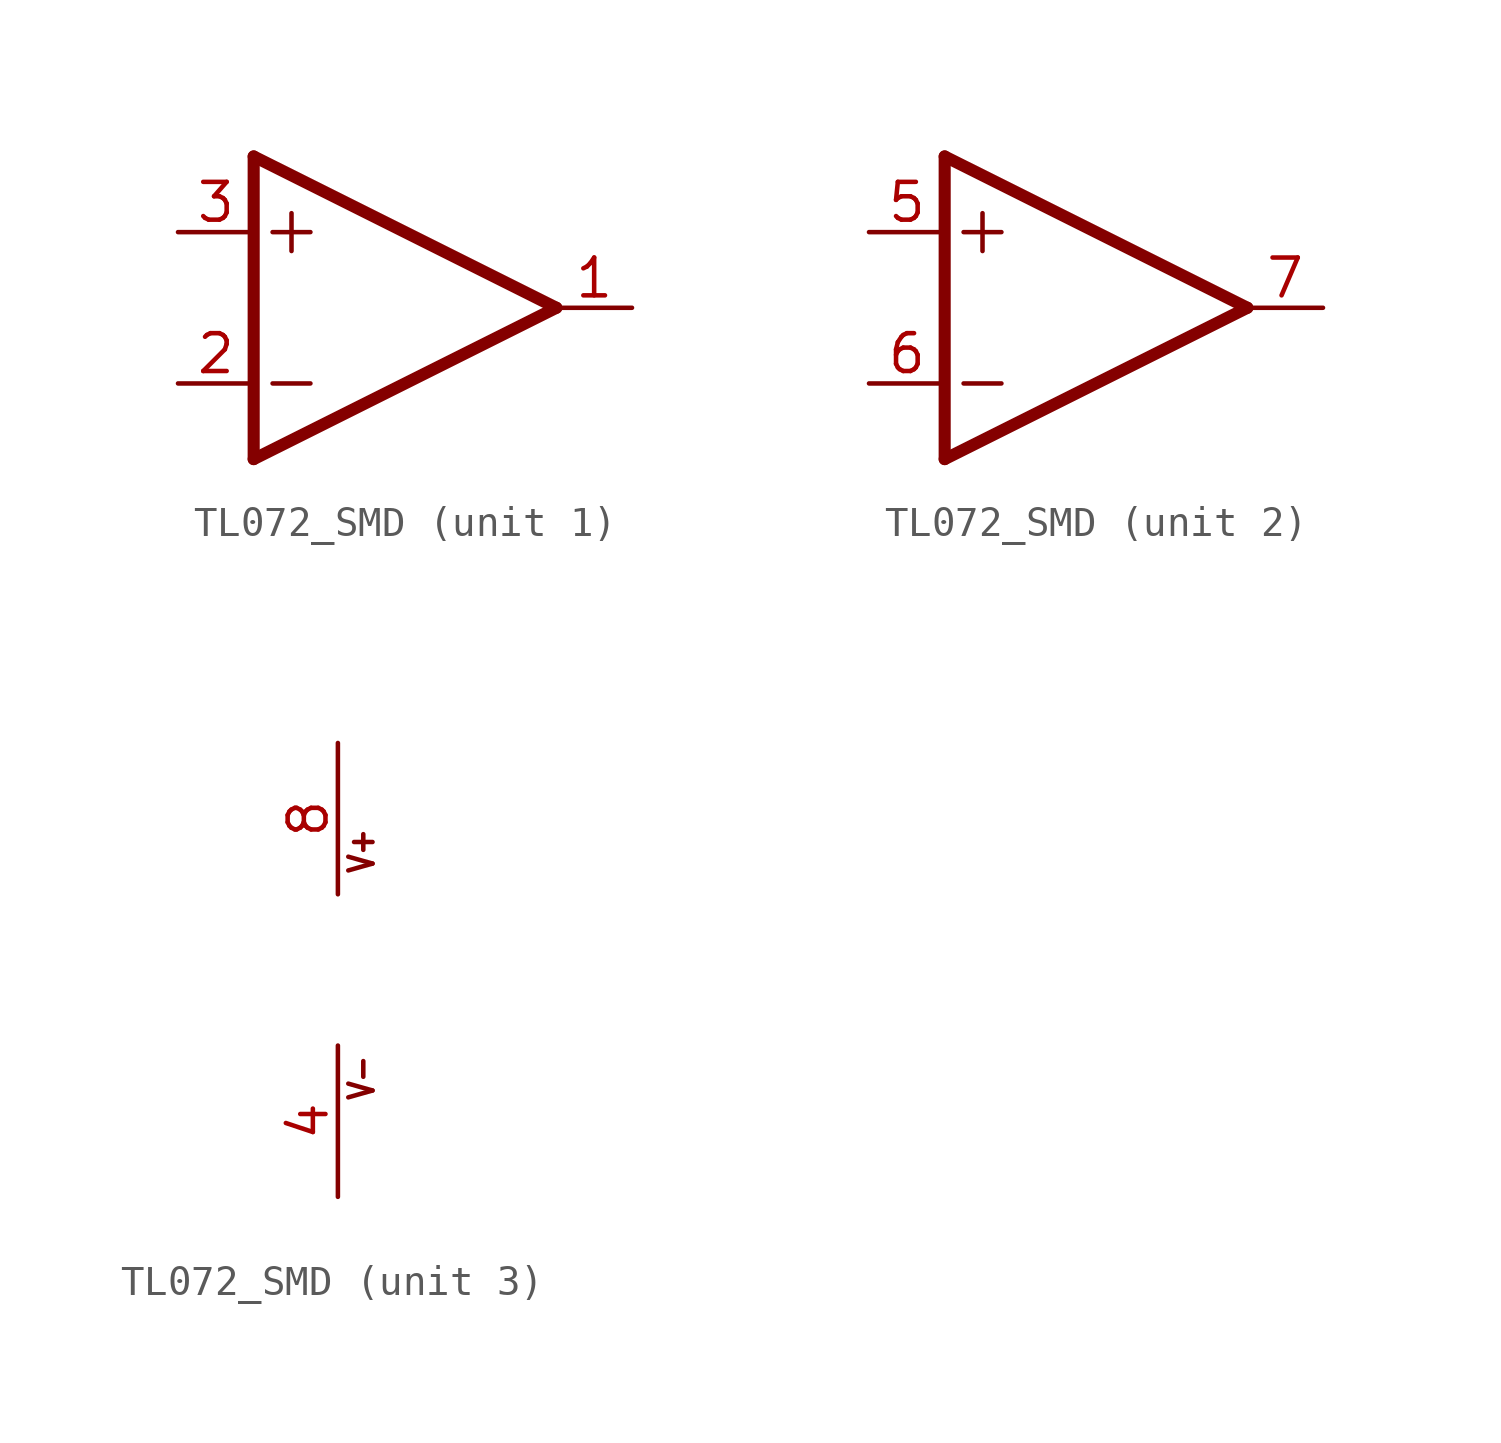
<source format=kicad_sym>
(kicad_symbol_lib
  (version 20220914)
  (generator kicad_symbol_editor)
  (symbol "TL072_SMD"
    (property "Reference" "U"
      (at 2.54 3.175 0)
      (effects (font (size 1.778 1.511)) (justify left bottom) hide))
    (property "ki_locked" ""
      (at 0 0 0)
      (effects (font (size 1.27 1.27))))
    (symbol "TL072_SMD_1_0"
      (polyline (pts (xy -5.08 -5.08) (xy 5.08 0)) (stroke (width 0.406) (type solid)) (fill (type none)))
      (polyline (pts (xy -5.08 5.08) (xy -5.08 -5.08)) (stroke (width 0.406) (type solid)) (fill (type none)))
      (polyline (pts (xy -4.445 -2.54) (xy -3.175 -2.54)) (stroke (width 0.152) (type solid)) (fill (type none)))
      (polyline (pts (xy -4.445 2.54) (xy -3.175 2.54)) (stroke (width 0.152) (type solid)) (fill (type none)))
      (polyline (pts (xy -3.81 3.175) (xy -3.81 1.905)) (stroke (width 0.152) (type solid)) (fill (type none)))
      (polyline (pts (xy 5.08 0) (xy -5.08 5.08)) (stroke (width 0.406) (type solid)) (fill (type none)))
      (pin output line (at 7.62 0 180) (length 2.54) (name "OUT" (effects (font (size 0 0)))) (number "1" (effects (font (size 1.27 1.27)))))
      (pin input line (at -7.62 -2.54 0) (length 2.54) (name "-IN" (effects (font (size 0 0)))) (number "2" (effects (font (size 1.27 1.27)))))
      (pin input line (at -7.62 2.54 0) (length 2.54) (name "+IN" (effects (font (size 0 0)))) (number "3" (effects (font (size 1.27 1.27))))))
    (symbol "TL072_SMD_2_0"
      (polyline (pts (xy -5.08 -5.08) (xy 5.08 0)) (stroke (width 0.406) (type solid)) (fill (type none)))
      (polyline (pts (xy -5.08 5.08) (xy -5.08 -5.08)) (stroke (width 0.406) (type solid)) (fill (type none)))
      (polyline (pts (xy -4.445 -2.54) (xy -3.175 -2.54)) (stroke (width 0.152) (type solid)) (fill (type none)))
      (polyline (pts (xy -4.445 2.54) (xy -3.175 2.54)) (stroke (width 0.152) (type solid)) (fill (type none)))
      (polyline (pts (xy -3.81 3.175) (xy -3.81 1.905)) (stroke (width 0.152) (type solid)) (fill (type none)))
      (polyline (pts (xy 5.08 0) (xy -5.08 5.08)) (stroke (width 0.406) (type solid)) (fill (type none)))
      (pin input line (at -7.62 2.54 0) (length 2.54) (name "+IN" (effects (font (size 0 0)))) (number "5" (effects (font (size 1.27 1.27)))))
      (pin input line (at -7.62 -2.54 0) (length 2.54) (name "-IN" (effects (font (size 0 0)))) (number "6" (effects (font (size 1.27 1.27)))))
      (pin output line (at 7.62 0 180) (length 2.54) (name "OUT" (effects (font (size 0 0)))) (number "7" (effects (font (size 1.27 1.27))))))
    (symbol "TL072_SMD_3_0"
      (text "V+" (at 1.27 3.175 900) (effects (font (size 0.813 0.691)) (justify left bottom)))
      (text "V-" (at 1.27 -4.445 900) (effects (font (size 0.813 0.691)) (justify left bottom)))
      (pin power_in line (at 0 -7.62 90) (length 5.08) (name "V-" (effects (font (size 0 0)))) (number "4" (effects (font (size 1.27 1.27)))))
      (pin power_in line (at 0 7.62 270) (length 5.08) (name "V+" (effects (font (size 0 0)))) (number "8" (effects (font (size 1.27 1.27))))))))
</source>
